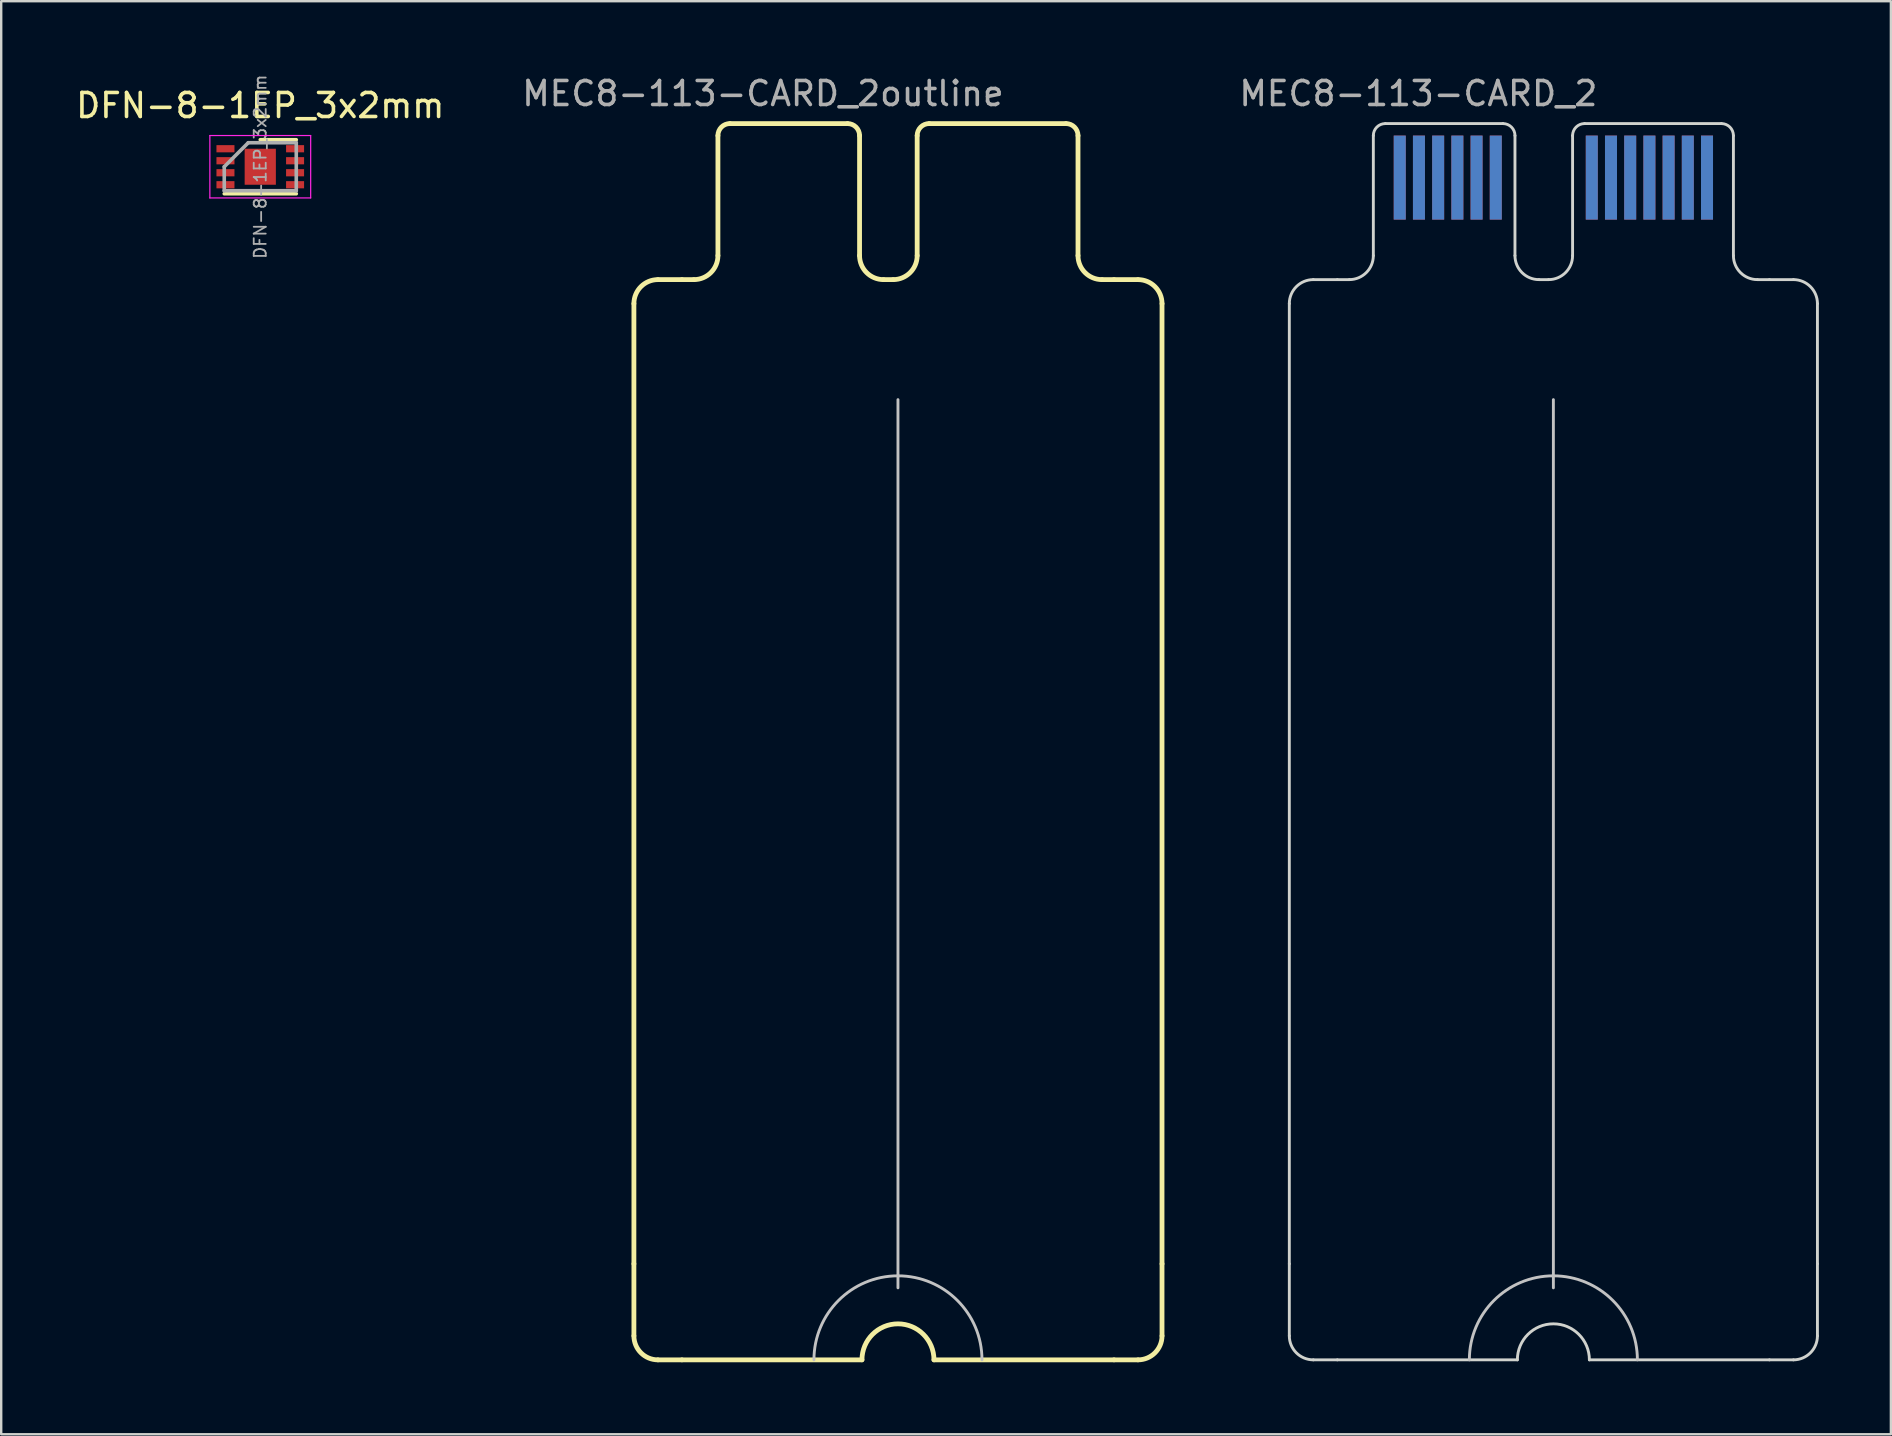
<source format=kicad_pcb>
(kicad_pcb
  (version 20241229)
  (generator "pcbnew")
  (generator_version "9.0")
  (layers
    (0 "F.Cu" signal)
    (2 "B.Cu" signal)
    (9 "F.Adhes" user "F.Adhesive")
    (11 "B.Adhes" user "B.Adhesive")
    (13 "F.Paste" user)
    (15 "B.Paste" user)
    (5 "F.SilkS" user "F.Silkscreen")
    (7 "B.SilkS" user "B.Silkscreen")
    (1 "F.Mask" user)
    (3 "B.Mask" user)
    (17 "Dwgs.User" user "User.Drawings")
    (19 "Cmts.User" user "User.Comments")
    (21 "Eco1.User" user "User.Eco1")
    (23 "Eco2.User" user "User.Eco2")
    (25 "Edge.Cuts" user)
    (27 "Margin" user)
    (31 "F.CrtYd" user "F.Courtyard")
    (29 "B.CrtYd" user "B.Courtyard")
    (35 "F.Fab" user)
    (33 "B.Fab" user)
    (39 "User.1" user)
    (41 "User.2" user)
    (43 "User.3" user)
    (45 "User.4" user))
  (footprint "DFN-8-1EP_3x2mm"
    (layer "F.Cu")
    (at 7.792 3.896)
    (property "Reference" "DFN-8-1EP_3x2mm" (at 0 -2.55 180) (layer "F.SilkS") (effects (font (size 1 1) (thickness 0.15))))
    (attr smd)
    (fp_line (start -1.5 1.125) (end 1.5 1.125) (stroke (width 0.15) (type solid)) (layer "F.SilkS"))
    (fp_line (start 0 -1.125) (end 1.5 -1.125) (stroke (width 0.15) (type solid)) (layer "F.SilkS"))
    (fp_line (start -2.1 -1.3) (end -2.1 1.3) (stroke (width 0.05) (type solid)) (layer "F.CrtYd"))
    (fp_line (start -2.1 -1.3) (end 2.1 -1.3) (stroke (width 0.05) (type solid)) (layer "F.CrtYd"))
    (fp_line (start -2.1 1.3) (end 2.1 1.3) (stroke (width 0.05) (type solid)) (layer "F.CrtYd"))
    (fp_line (start 2.1 -1.3) (end 2.1 1.3) (stroke (width 0.05) (type solid)) (layer "F.CrtYd"))
    (fp_line (start -1.5 0) (end -0.5 -1) (stroke (width 0.15) (type solid)) (layer "F.Fab"))
    (fp_line (start -1.5 1) (end -1.5 0) (stroke (width 0.15) (type solid)) (layer "F.Fab"))
    (fp_line (start -0.5 -1) (end 1.5 -1) (stroke (width 0.15) (type solid)) (layer "F.Fab"))
    (fp_line (start 1.5 -1) (end 1.5 1) (stroke (width 0.15) (type solid)) (layer "F.Fab"))
    (fp_line (start 1.5 1) (end -1.5 1) (stroke (width 0.15) (type solid)) (layer "F.Fab"))
    (fp_text user "${REFERENCE}" (at 0 0 270) (layer "F.Fab") (effects (font (size 0.5 0.5) (thickness 0.075))))
    (pad "" smd rect (at -0.325 -0.375) (size 0.5 0.6) (layers "F.Paste"))
    (pad "" smd rect (at -0.325 0.375) (size 0.5 0.6) (layers "F.Paste"))
    (pad "" smd rect (at 0.325 -0.375) (size 0.5 0.6) (layers "F.Paste"))
    (pad "" smd rect (at 0.325 0.375) (size 0.5 0.6) (layers "F.Paste"))
    (pad "1" smd rect (at -1.45 -0.75) (size 0.75 0.3) (layers "F.Cu" "F.Mask" "F.Paste"))
    (pad "2" smd rect (at -1.45 -0.25) (size 0.75 0.3) (layers "F.Cu" "F.Mask" "F.Paste"))
    (pad "3" smd rect (at -1.45 0.25) (size 0.75 0.3) (layers "F.Cu" "F.Mask" "F.Paste"))
    (pad "4" smd rect (at -1.45 0.75) (size 0.75 0.3) (layers "F.Cu" "F.Mask" "F.Paste"))
    (pad "5" smd rect (at 1.45 0.75) (size 0.75 0.3) (layers "F.Cu" "F.Mask" "F.Paste"))
    (pad "6" smd rect (at 1.45 0.25) (size 0.75 0.3) (layers "F.Cu" "F.Mask" "F.Paste"))
    (pad "7" smd rect (at 1.45 -0.25) (size 0.75 0.3) (layers "F.Cu" "F.Mask" "F.Paste"))
    (pad "8" smd rect (at 1.45 -0.75) (size 0.75 0.3) (layers "F.Cu" "F.Mask" "F.Paste"))
    (pad "9" smd rect (at 0 0) (size 1.3 1.5) (layers "F.Cu" "F.Mask")))
  (footprint "MEC8-113-CARD_2outline"
    (layer "F.Cu")
    (at 24.357 2.098)
    (property "Reference" "MEC8-113-CARD_2outline" (at 4.375 -1.25 0) (layer "F.Fab") (effects (font (size 1 1) (thickness 0.15))))
    (attr through_hole)
    (fp_line (start -1 47.5) (end -1 7.5) (stroke (width 0.2) (type solid)) (layer "F.SilkS"))
    (fp_line (start -1 50.5) (end -1 47.5) (stroke (width 0.2) (type solid)) (layer "F.SilkS"))
    (fp_line (start 0 6.5) (end 1 6.5) (stroke (width 0.2) (type solid)) (layer "F.SilkS"))
    (fp_line (start 0 51.5) (end 1 51.5) (stroke (width 0.2) (type solid)) (layer "F.SilkS"))
    (fp_line (start 1 6.5) (end 1.5 6.5) (stroke (width 0.2) (type solid)) (layer "F.SilkS"))
    (fp_line (start 2.5 0.5) (end 2.5 5.5) (stroke (width 0.2) (type solid)) (layer "F.SilkS"))
    (fp_line (start 3 0) (end 7.9 0) (stroke (width 0.2) (type solid)) (layer "F.SilkS"))
    (fp_line (start 8.4 0.5) (end 8.4 5.5) (stroke (width 0.2) (type solid)) (layer "F.SilkS"))
    (fp_line (start 8.5 51.5) (end 1 51.5) (stroke (width 0.2) (type solid)) (layer "F.SilkS"))
    (fp_line (start 9.4 6.5) (end 9.8 6.5) (stroke (width 0.2) (type solid)) (layer "F.SilkS"))
    (fp_line (start 10.8 5.5) (end 10.8 0.5) (stroke (width 0.2) (type solid)) (layer "F.SilkS"))
    (fp_line (start 11.5 51.5) (end 19 51.5) (stroke (width 0.2) (type solid)) (layer "F.SilkS"))
    (fp_line (start 17 0) (end 11.3 0) (stroke (width 0.2) (type solid)) (layer "F.SilkS"))
    (fp_line (start 17.5 0.5) (end 17.5 5.5) (stroke (width 0.2) (type solid)) (layer "F.SilkS"))
    (fp_line (start 18.5 6.5) (end 19 6.5) (stroke (width 0.2) (type solid)) (layer "F.SilkS"))
    (fp_line (start 19 6.5) (end 20 6.5) (stroke (width 0.2) (type solid)) (layer "F.SilkS"))
    (fp_line (start 19 51.5) (end 20 51.5) (stroke (width 0.2) (type solid)) (layer "F.SilkS"))
    (fp_line (start 21 7.5) (end 21 47.5) (stroke (width 0.2) (type solid)) (layer "F.SilkS"))
    (fp_line (start 21 50.5) (end 21 47.5) (stroke (width 0.2) (type solid)) (layer "F.SilkS"))
    (fp_arc (start -1 7.5) (mid -0.707107 6.792893) (end 0 6.5) (stroke (width 0.2) (type solid)) (layer "F.SilkS"))
    (fp_arc (start 0 51.5) (mid -0.707107 51.207107) (end -1 50.5) (stroke (width 0.2) (type solid)) (layer "F.SilkS"))
    (fp_arc (start 2.5 0.5) (mid 2.646447 0.146447) (end 3 0) (stroke (width 0.2) (type solid)) (layer "F.SilkS"))
    (fp_arc (start 2.5 5.5) (mid 2.207107 6.207107) (end 1.5 6.5) (stroke (width 0.2) (type solid)) (layer "F.SilkS"))
    (fp_arc (start 7.9 0) (mid 8.253553 0.146447) (end 8.4 0.5) (stroke (width 0.2) (type solid)) (layer "F.SilkS"))
    (fp_arc (start 8.5 51.5) (mid 10 50) (end 11.5 51.5) (stroke (width 0.2) (type solid)) (layer "F.SilkS"))
    (fp_arc (start 9.4 6.5) (mid 8.692893 6.207107) (end 8.4 5.5) (stroke (width 0.2) (type solid)) (layer "F.SilkS"))
    (fp_arc (start 10.8 0.5) (mid 10.946447 0.146447) (end 11.3 0) (stroke (width 0.2) (type solid)) (layer "F.SilkS"))
    (fp_arc (start 10.8 5.5) (mid 10.507107 6.207107) (end 9.8 6.5) (stroke (width 0.2) (type solid)) (layer "F.SilkS"))
    (fp_arc (start 17 0) (mid 17.353553 0.146447) (end 17.5 0.5) (stroke (width 0.2) (type solid)) (layer "F.SilkS"))
    (fp_arc (start 18.5 6.5) (mid 17.792893 6.207107) (end 17.5 5.5) (stroke (width 0.2) (type solid)) (layer "F.SilkS"))
    (fp_arc (start 20 6.5) (mid 20.707107 6.792893) (end 21 7.5) (stroke (width 0.2) (type solid)) (layer "F.SilkS"))
    (fp_arc (start 21 50.5) (mid 20.707107 51.207107) (end 20 51.5) (stroke (width 0.2) (type solid)) (layer "F.SilkS"))
    (fp_line (start 10 11.5) (end 10 48.5) (stroke (width 0.12) (type solid)) (layer "Dwgs.User"))
    (fp_arc (start 6.5 51.5) (mid 10 48) (end 13.5 51.5) (stroke (width 0.12) (type solid)) (layer "Dwgs.User")))
  (footprint "MEC8-113-CARD_2"
    (layer "F.Cu")
    (at 51.66 2.098)
    (property "Reference" "MEC8-113-CARD_2" (at 4.375 -1.25 0) (layer "F.Fab") (effects (font (size 1 1) (thickness 0.15))))
    (attr through_hole)
    (fp_line (start 10 11.5) (end 10 48.5) (stroke (width 0.12) (type solid)) (layer "Dwgs.User"))
    (fp_arc (start 6.5 51.5) (mid 10 48) (end 13.5 51.5) (stroke (width 0.12) (type solid)) (layer "Dwgs.User"))
    (fp_line (start -1 47.5) (end -1 7.5) (stroke (width 0.12) (type solid)) (layer "Edge.Cuts"))
    (fp_line (start -1 50.5) (end -1 47.5) (stroke (width 0.12) (type solid)) (layer "Edge.Cuts"))
    (fp_line (start 0 6.5) (end 1 6.5) (stroke (width 0.12) (type solid)) (layer "Edge.Cuts"))
    (fp_line (start 0 51.5) (end 1 51.5) (stroke (width 0.12) (type solid)) (layer "Edge.Cuts"))
    (fp_line (start 1 6.5) (end 1.5 6.5) (stroke (width 0.12) (type solid)) (layer "Edge.Cuts"))
    (fp_line (start 2.5 0.5) (end 2.5 5.5) (stroke (width 0.12) (type solid)) (layer "Edge.Cuts"))
    (fp_line (start 3 0) (end 7.9 0) (stroke (width 0.12) (type solid)) (layer "Edge.Cuts"))
    (fp_line (start 8.4 0.5) (end 8.4 5.5) (stroke (width 0.12) (type solid)) (layer "Edge.Cuts"))
    (fp_line (start 8.5 51.5) (end 1 51.5) (stroke (width 0.12) (type solid)) (layer "Edge.Cuts"))
    (fp_line (start 9.4 6.5) (end 9.8 6.5) (stroke (width 0.12) (type solid)) (layer "Edge.Cuts"))
    (fp_line (start 10.8 5.5) (end 10.8 0.5) (stroke (width 0.12) (type solid)) (layer "Edge.Cuts"))
    (fp_line (start 11.5 51.5) (end 19 51.5) (stroke (width 0.12) (type solid)) (layer "Edge.Cuts"))
    (fp_line (start 17 0) (end 11.3 0) (stroke (width 0.12) (type solid)) (layer "Edge.Cuts"))
    (fp_line (start 17.5 0.5) (end 17.5 5.5) (stroke (width 0.12) (type solid)) (layer "Edge.Cuts"))
    (fp_line (start 18.5 6.5) (end 19 6.5) (stroke (width 0.12) (type solid)) (layer "Edge.Cuts"))
    (fp_line (start 19 6.5) (end 20 6.5) (stroke (width 0.12) (type solid)) (layer "Edge.Cuts"))
    (fp_line (start 19 51.5) (end 20 51.5) (stroke (width 0.12) (type solid)) (layer "Edge.Cuts"))
    (fp_line (start 21 7.5) (end 21 47.5) (stroke (width 0.12) (type solid)) (layer "Edge.Cuts"))
    (fp_line (start 21 50.5) (end 21 47.5) (stroke (width 0.12) (type solid)) (layer "Edge.Cuts"))
    (fp_arc (start -1 7.5) (mid -0.707107 6.792893) (end 0 6.5) (stroke (width 0.12) (type solid)) (layer "Edge.Cuts"))
    (fp_arc (start 0 51.5) (mid -0.707107 51.207107) (end -1 50.5) (stroke (width 0.12) (type solid)) (layer "Edge.Cuts"))
    (fp_arc (start 2.5 0.5) (mid 2.646447 0.146447) (end 3 0) (stroke (width 0.12) (type solid)) (layer "Edge.Cuts"))
    (fp_arc (start 2.5 5.5) (mid 2.207107 6.207107) (end 1.5 6.5) (stroke (width 0.12) (type solid)) (layer "Edge.Cuts"))
    (fp_arc (start 7.9 0) (mid 8.253553 0.146447) (end 8.4 0.5) (stroke (width 0.12) (type solid)) (layer "Edge.Cuts"))
    (fp_arc (start 8.5 51.5) (mid 10 50) (end 11.5 51.5) (stroke (width 0.12) (type solid)) (layer "Edge.Cuts"))
    (fp_arc (start 9.4 6.5) (mid 8.692893 6.207107) (end 8.4 5.5) (stroke (width 0.12) (type solid)) (layer "Edge.Cuts"))
    (fp_arc (start 10.8 0.5) (mid 10.946447 0.146447) (end 11.3 0) (stroke (width 0.12) (type solid)) (layer "Edge.Cuts"))
    (fp_arc (start 10.8 5.5) (mid 10.507107 6.207107) (end 9.8 6.5) (stroke (width 0.12) (type solid)) (layer "Edge.Cuts"))
    (fp_arc (start 17 0) (mid 17.353553 0.146447) (end 17.5 0.5) (stroke (width 0.12) (type solid)) (layer "Edge.Cuts"))
    (fp_arc (start 18.5 6.5) (mid 17.792893 6.207107) (end 17.5 5.5) (stroke (width 0.12) (type solid)) (layer "Edge.Cuts"))
    (fp_arc (start 20 6.5) (mid 20.707107 6.792893) (end 21 7.5) (stroke (width 0.12) (type solid)) (layer "Edge.Cuts"))
    (fp_arc (start 21 50.5) (mid 20.707107 51.207107) (end 20 51.5) (stroke (width 0.12) (type solid)) (layer "Edge.Cuts"))
    (pad "1" smd rect (at 3.6 2.25) (size 0.5 3.5) (layers "B.Cu" "B.Mask" "B.Paste"))
    (pad "2" smd rect (at 4.4 2.25) (size 0.5 3.5) (layers "B.Cu" "B.Mask" "B.Paste"))
    (pad "3" smd rect (at 5.2 2.25) (size 0.5 3.5) (layers "B.Cu" "B.Mask" "B.Paste"))
    (pad "4" smd rect (at 6 2.25) (size 0.5 3.5) (layers "B.Cu" "B.Mask" "B.Paste"))
    (pad "5" smd rect (at 6.8 2.25) (size 0.5 3.5) (layers "B.Cu" "B.Mask" "B.Paste"))
    (pad "6" smd rect (at 7.6 2.25) (size 0.5 3.5) (layers "B.Cu" "B.Mask" "B.Paste"))
    (pad "7" smd rect (at 11.6 2.25) (size 0.5 3.5) (layers "B.Cu" "B.Mask" "B.Paste"))
    (pad "8" smd rect (at 12.4 2.25) (size 0.5 3.5) (layers "B.Cu" "B.Mask" "B.Paste"))
    (pad "9" smd rect (at 13.2 2.25) (size 0.5 3.5) (layers "B.Cu" "B.Mask" "B.Paste"))
    (pad "10" smd rect (at 14 2.25) (size 0.5 3.5) (layers "B.Cu" "B.Mask" "B.Paste"))
    (pad "11" smd rect (at 14.8 2.25) (size 0.5 3.5) (layers "B.Cu" "B.Mask" "B.Paste"))
    (pad "12" smd rect (at 15.6 2.25) (size 0.5 3.5) (layers "B.Cu" "B.Mask" "B.Paste"))
    (pad "13" smd rect (at 16.4 2.25) (size 0.5 3.5) (layers "B.Cu" "B.Mask" "B.Paste"))
    (pad "14" smd rect (at 3.6 2.25) (size 0.5 3.5) (layers "F.Cu" "F.Mask" "F.Paste"))
    (pad "15" smd rect (at 4.4 2.25) (size 0.5 3.5) (layers "F.Cu" "F.Mask" "F.Paste"))
    (pad "16" smd rect (at 5.2 2.25) (size 0.5 3.5) (layers "F.Cu" "F.Mask" "F.Paste"))
    (pad "17" smd rect (at 6 2.25) (size 0.5 3.5) (layers "F.Cu" "F.Mask" "F.Paste"))
    (pad "18" smd rect (at 6.8 2.25) (size 0.5 3.5) (layers "F.Cu" "F.Mask" "F.Paste"))
    (pad "19" smd rect (at 7.6 2.25) (size 0.5 3.5) (layers "F.Cu" "F.Mask" "F.Paste"))
    (pad "20" smd rect (at 11.6 2.25) (size 0.5 3.5) (layers "F.Cu" "F.Mask" "F.Paste"))
    (pad "21" smd rect (at 12.4 2.25) (size 0.5 3.5) (layers "F.Cu" "F.Mask" "F.Paste"))
    (pad "22" smd rect (at 13.2 2.25) (size 0.5 3.5) (layers "F.Cu" "F.Mask" "F.Paste"))
    (pad "23" smd rect (at 14 2.25) (size 0.5 3.5) (layers "F.Cu" "F.Mask" "F.Paste"))
    (pad "24" smd rect (at 14.8 2.25) (size 0.5 3.5) (layers "F.Cu" "F.Mask" "F.Paste"))
    (pad "25" smd rect (at 15.6 2.25) (size 0.5 3.5) (layers "F.Cu" "F.Mask" "F.Paste"))
    (pad "26" smd rect (at 16.4 2.25) (size 0.5 3.5) (layers "F.Cu" "F.Mask" "F.Paste")))
  (gr_rect
    (start -3 -3)
    (end 75.72 56.698)
    (stroke (width 0.1) (type default))
    (fill no)
    (layer "Edge.Cuts")))
</source>
